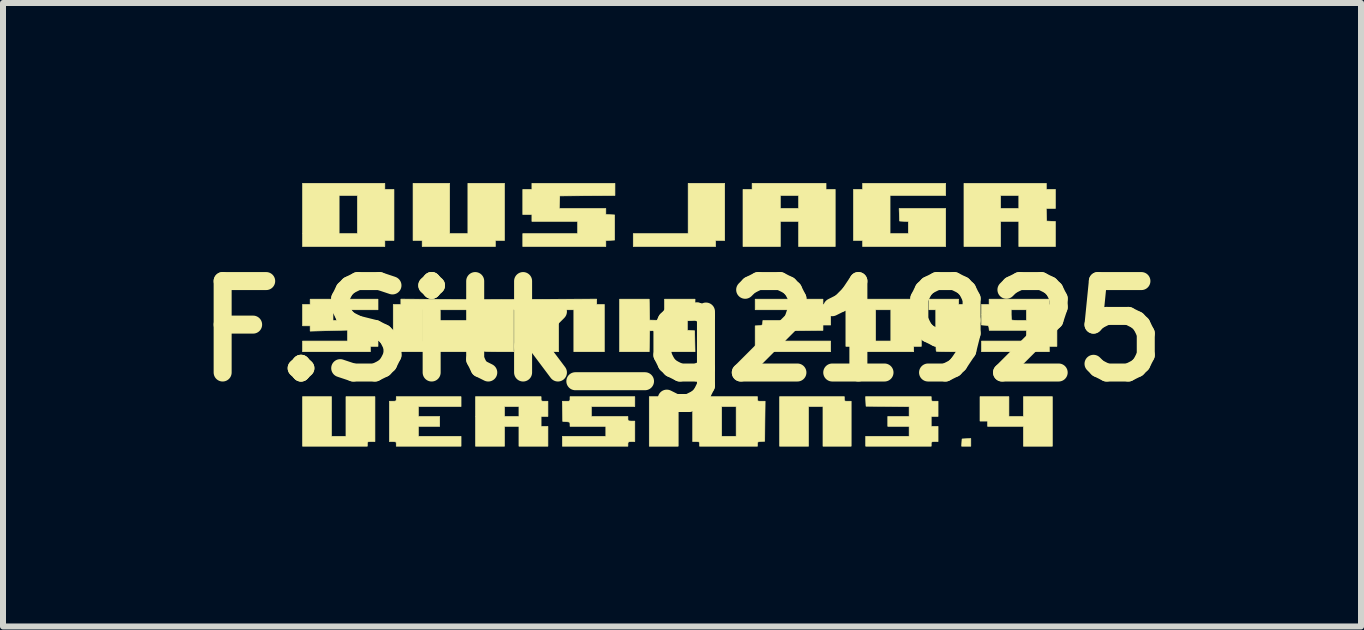
<source format=kicad_pcb>
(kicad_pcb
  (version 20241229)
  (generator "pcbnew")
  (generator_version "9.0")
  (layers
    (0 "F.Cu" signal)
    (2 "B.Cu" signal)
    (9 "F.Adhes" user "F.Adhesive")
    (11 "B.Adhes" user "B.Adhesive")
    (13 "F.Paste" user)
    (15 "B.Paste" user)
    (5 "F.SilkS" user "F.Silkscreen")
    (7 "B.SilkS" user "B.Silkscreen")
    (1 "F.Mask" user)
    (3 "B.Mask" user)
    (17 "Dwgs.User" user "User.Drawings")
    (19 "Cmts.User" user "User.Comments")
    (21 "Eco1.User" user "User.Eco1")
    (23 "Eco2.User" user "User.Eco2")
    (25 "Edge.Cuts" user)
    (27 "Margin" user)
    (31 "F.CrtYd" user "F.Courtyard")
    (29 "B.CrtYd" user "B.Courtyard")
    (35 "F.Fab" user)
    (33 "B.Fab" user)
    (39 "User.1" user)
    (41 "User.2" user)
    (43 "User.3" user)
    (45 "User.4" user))
  (footprint "F.Silk_g21925"
    (layer "F.Cu")
    (at 8.317 2.469)
    (property "Reference" "F.Silk_g21925" (at 0 0 0) (layer "F.SilkS") (effects (font (size 1.524 1.524) (thickness 0.3))))
    (attr through_hole)
    (fp_poly (pts (xy -0.064 1.918) (xy -0.546 1.918) (xy -0.546 1.092) (xy -0.064 1.092) (xy -0.064 1.918)) (stroke (width 0.01) (type solid)) (fill yes) (layer "F.SilkS"))
    (fp_poly (pts (xy 4.813 1.918) (xy 4.66 1.918) (xy 4.667 1.797) (xy 4.813 1.789) (xy 4.813 1.918)) (stroke (width 0.01) (type solid)) (fill yes) (layer "F.SilkS"))
    (fp_poly (pts (xy 0.711 -1.511) (xy 0.559 -1.511) (xy 0.559 -1.41) (xy -0.813 -1.41) (xy -0.813 -1.626) (xy 0.102 -1.626) (xy 0.102 -2.464) (xy 0.711 -2.464) (xy 0.711 -1.511)) (stroke (width 0.01) (type solid)) (fill yes) (layer "F.SilkS"))
    (fp_poly (pts (xy -3.873 -1.626) (xy -3.569 -1.626) (xy -3.569 -2.464) (xy -2.959 -2.464) (xy -2.959 -1.511) (xy -3.111 -1.511) (xy -3.111 -1.41) (xy -4.331 -1.41) (xy -4.331 -1.511) (xy -4.483 -1.511) (xy -4.483 -2.464) (xy -3.873 -2.464) (xy -3.873 -1.626)) (stroke (width 0.01) (type solid)) (fill yes) (layer "F.SilkS"))
    (fp_poly (pts (xy 5.448 1.422) (xy 5.69 1.422) (xy 5.69 1.092) (xy 6.172 1.092) (xy 6.172 1.918) (xy 5.69 1.918) (xy 5.69 1.587) (xy 5.093 1.587) (xy 5.093 1.499) (xy 4.966 1.499) (xy 4.966 1.092) (xy 5.448 1.092) (xy 5.448 1.422)) (stroke (width 0.01) (type solid)) (fill yes) (layer "F.SilkS"))
    (fp_poly (pts (xy -5.842 1.753) (xy -5.601 1.753) (xy -5.601 1.092) (xy -5.118 1.092) (xy -5.118 1.841) (xy -5.182 1.841) (xy -5.219 1.842) (xy -5.238 1.847) (xy -5.244 1.861) (xy -5.245 1.88) (xy -5.245 1.918) (xy -6.325 1.918) (xy -6.325 1.092) (xy -5.842 1.092) (xy -5.842 1.753)) (stroke (width 0.01) (type solid)) (fill yes) (layer "F.SilkS"))
    (fp_poly (pts (xy 2.705 1.13) (xy 2.707 1.154) (xy 2.716 1.165) (xy 2.741 1.168) (xy 2.762 1.168) (xy 2.819 1.168) (xy 2.819 1.918) (xy 2.349 1.918) (xy 2.349 1.257) (xy 2.108 1.257) (xy 2.108 1.918) (xy 1.626 1.918) (xy 1.626 1.092) (xy 2.705 1.092) (xy 2.705 1.13)) (stroke (width 0.01) (type solid)) (fill yes) (layer "F.SilkS"))
    (fp_poly (pts (xy -4.953 -2.362) (xy -4.801 -2.362) (xy -4.801 -1.511) (xy -4.953 -1.511) (xy -4.953 -1.41) (xy -6.325 -1.41) (xy -6.325 -2.261) (xy -5.715 -2.261) (xy -5.715 -1.626) (xy -5.41 -1.626) (xy -5.41 -2.261) (xy -5.715 -2.261) (xy -6.325 -2.261) (xy -6.325 -2.464) (xy -4.953 -2.464) (xy -4.953 -2.362)) (stroke (width 0.01) (type solid)) (fill yes) (layer "F.SilkS"))
    (fp_poly (pts (xy -4.124 -0.53) (xy -3.562 -0.527) (xy -3.555 -0.356) (xy -4.318 -0.356) (xy -4.318 0.165) (xy -4.064 0.165) (xy -4.064 -0.013) (xy -4.191 -0.013) (xy -4.191 -0.178) (xy -3.556 -0.178) (xy -3.556 0.343) (xy -4.686 0.343) (xy -4.686 0.254) (xy -4.813 0.254) (xy -4.813 -0.445) (xy -4.686 -0.445) (xy -4.686 -0.534) (xy -4.124 -0.53)) (stroke (width 0.01) (type solid)) (fill yes) (layer "F.SilkS"))
    (fp_poly (pts (xy 4.394 -2.261) (xy 3.467 -2.261) (xy 3.467 -1.626) (xy 3.772 -1.626) (xy 3.772 -1.828) (xy 3.699 -1.831) (xy 3.626 -1.835) (xy 3.618 -2.045) (xy 4.394 -2.045) (xy 4.394 -1.41) (xy 3.01 -1.41) (xy 3.01 -1.511) (xy 2.857 -1.511) (xy 2.857 -2.362) (xy 3.01 -2.362) (xy 3.01 -2.464) (xy 4.394 -2.464) (xy 4.394 -2.261)) (stroke (width 0.01) (type solid)) (fill yes) (layer "F.SilkS"))
    (fp_poly (pts (xy 2.4 -2.362) (xy 2.553 -2.362) (xy 2.553 -1.41) (xy 1.943 -1.41) (xy 1.943 -1.829) (xy 1.638 -1.829) (xy 1.638 -1.41) (xy 1.016 -1.41) (xy 1.016 -2.261) (xy 1.638 -2.261) (xy 1.638 -2.045) (xy 1.943 -2.045) (xy 1.943 -2.261) (xy 1.638 -2.261) (xy 1.016 -2.261) (xy 1.016 -2.362) (xy 1.168 -2.362) (xy 1.168 -2.464) (xy 2.4 -2.464) (xy 2.4 -2.362)) (stroke (width 0.01) (type solid)) (fill yes) (layer "F.SilkS"))
    (fp_poly (pts (xy 3.861 -0.445) (xy 3.988 -0.445) (xy 3.988 0.254) (xy 3.861 0.254) (xy 3.861 0.343) (xy 2.857 0.343) (xy 2.857 0.254) (xy 2.731 0.254) (xy 2.731 -0.356) (xy 3.226 -0.356) (xy 3.226 0.165) (xy 3.48 0.165) (xy 3.48 -0.356) (xy 3.226 -0.356) (xy 2.731 -0.356) (xy 2.731 -0.445) (xy 2.857 -0.445) (xy 2.857 -0.533) (xy 3.861 -0.533) (xy 3.861 -0.445)) (stroke (width 0.01) (type solid)) (fill yes) (layer "F.SilkS"))
    (fp_poly (pts (xy -0.543 -0.359) (xy -0.54 -0.184) (xy -0.416 -0.181) (xy -0.292 -0.177) (xy -0.292 -0.533) (xy 0.217 -0.533) (xy 0.21 -0.184) (xy 0.149 -0.18) (xy 0.089 -0.176) (xy 0.089 -0.014) (xy 0.21 -0.006) (xy 0.217 0.343) (xy -0.292 0.343) (xy -0.292 -0.014) (xy -0.54 -0.006) (xy -0.543 0.168) (xy -0.547 0.343) (xy -1.041 0.343) (xy -1.041 -0.533) (xy -0.547 -0.533) (xy -0.543 -0.359)) (stroke (width 0.01) (type solid)) (fill yes) (layer "F.SilkS"))
    (fp_poly (pts (xy 4.61 -0.445) (xy 4.737 -0.445) (xy 4.737 0.343) (xy 4.492 0.343) (xy 4.415 0.342) (xy 4.347 0.341) (xy 4.293 0.34) (xy 4.255 0.337) (xy 4.238 0.335) (xy 4.238 0.334) (xy 4.235 0.32) (xy 4.233 0.284) (xy 4.232 0.228) (xy 4.23 0.158) (xy 4.229 0.076) (xy 4.229 -0.015) (xy 4.229 -0.356) (xy 4.115 -0.356) (xy 4.115 -0.533) (xy 4.61 -0.533) (xy 4.61 -0.445)) (stroke (width 0.01) (type solid)) (fill yes) (layer "F.SilkS"))
    (fp_poly (pts (xy -5.067 -0.356) (xy -5.817 -0.356) (xy -5.817 -0.178) (xy -5.194 -0.178) (xy -5.194 -0.089) (xy -5.067 -0.089) (xy -5.067 0.254) (xy -5.194 0.254) (xy -5.194 0.343) (xy -6.325 0.343) (xy -6.325 0.165) (xy -5.575 0.165) (xy -5.575 -0.017) (xy -5.886 -0.009) (xy -6.198 -0.000279) (xy -6.198 -0.089) (xy -6.325 -0.089) (xy -6.325 -0.445) (xy -6.198 -0.445) (xy -6.198 -0.533) (xy -5.067 -0.533) (xy -5.067 -0.356)) (stroke (width 0.01) (type solid)) (fill yes) (layer "F.SilkS"))
    (fp_poly (pts (xy -1.118 -2.261) (xy -1.578 -2.258) (xy -2.038 -2.254) (xy -2.046 -2.045) (xy -1.27 -2.045) (xy -1.27 -1.944) (xy -1.124 -1.937) (xy -1.124 -1.518) (xy -1.197 -1.514) (xy -1.27 -1.51) (xy -1.27 -1.41) (xy -2.654 -1.41) (xy -2.654 -1.626) (xy -1.74 -1.626) (xy -1.74 -1.829) (xy -2.502 -1.829) (xy -2.502 -1.943) (xy -2.654 -1.943) (xy -2.654 -2.362) (xy -2.502 -2.362) (xy -2.502 -2.464) (xy -1.118 -2.464) (xy -1.118 -2.261)) (stroke (width 0.01) (type solid)) (fill yes) (layer "F.SilkS"))
    (fp_poly (pts (xy 6.071 -2.362) (xy 6.223 -2.362) (xy 6.223 -2.045) (xy 6.07 -2.045) (xy 6.077 -1.835) (xy 6.15 -1.831) (xy 6.223 -1.828) (xy 6.223 -1.41) (xy 5.613 -1.41) (xy 5.613 -1.829) (xy 5.309 -1.829) (xy 5.309 -1.41) (xy 4.699 -1.41) (xy 4.699 -2.261) (xy 5.309 -2.261) (xy 5.309 -2.045) (xy 5.613 -2.045) (xy 5.613 -2.261) (xy 5.309 -2.261) (xy 4.699 -2.261) (xy 4.699 -2.464) (xy 6.071 -2.464) (xy 6.071 -2.362)) (stroke (width 0.01) (type solid)) (fill yes) (layer "F.SilkS"))
    (fp_poly (pts (xy 2.349 -0.445) (xy 2.477 -0.445) (xy 2.477 -0.102) (xy 2.349 -0.102) (xy 2.349 -0.013) (xy 1.721 -0.006) (xy 1.717 0.079) (xy 1.713 0.165) (xy 2.477 0.165) (xy 2.477 0.343) (xy 1.219 0.343) (xy 1.219 -0.088) (xy 1.28 -0.091) (xy 1.316 -0.095) (xy 1.334 -0.103) (xy 1.342 -0.119) (xy 1.344 -0.137) (xy 1.348 -0.178) (xy 1.968 -0.178) (xy 1.968 -0.356) (xy 1.219 -0.356) (xy 1.219 -0.533) (xy 2.349 -0.533) (xy 2.349 -0.445)) (stroke (width 0.01) (type solid)) (fill yes) (layer "F.SilkS"))
    (fp_poly (pts (xy -3.683 1.257) (xy -4.394 1.257) (xy -4.394 1.422) (xy -4.039 1.422) (xy -4.039 1.587) (xy -4.394 1.587) (xy -4.394 1.753) (xy -3.683 1.753) (xy -3.683 1.918) (xy -4.763 1.918) (xy -4.763 1.88) (xy -4.764 1.856) (xy -4.774 1.845) (xy -4.798 1.842) (xy -4.82 1.841) (xy -4.877 1.841) (xy -4.877 1.168) (xy -4.82 1.168) (xy -4.785 1.167) (xy -4.768 1.161) (xy -4.763 1.145) (xy -4.763 1.13) (xy -4.763 1.092) (xy -3.683 1.092) (xy -3.683 1.257)) (stroke (width 0.01) (type solid)) (fill yes) (layer "F.SilkS"))
    (fp_poly (pts (xy -2.349 1.13) (xy -2.348 1.154) (xy -2.338 1.165) (xy -2.314 1.168) (xy -2.292 1.168) (xy -2.235 1.168) (xy -2.235 1.422) (xy -2.349 1.422) (xy -2.349 1.587) (xy -2.235 1.587) (xy -2.235 1.918) (xy -2.718 1.918) (xy -2.718 1.587) (xy -2.959 1.587) (xy -2.959 1.918) (xy -3.442 1.918) (xy -3.442 1.257) (xy -2.959 1.257) (xy -2.959 1.422) (xy -2.718 1.422) (xy -2.718 1.257) (xy -2.959 1.257) (xy -3.442 1.257) (xy -3.442 1.092) (xy -2.349 1.092) (xy -2.349 1.13)) (stroke (width 0.01) (type solid)) (fill yes) (layer "F.SilkS"))
    (fp_poly (pts (xy -1.422 -0.445) (xy -1.295 -0.445) (xy -1.295 0.343) (xy -1.803 0.343) (xy -1.803 -0.356) (xy -2.057 -0.356) (xy -2.057 0.343) (xy -2.553 0.343) (xy -2.553 -0.356) (xy -2.807 -0.356) (xy -2.807 0.343) (xy -3.055 0.343) (xy -3.146 0.342) (xy -3.214 0.341) (xy -3.262 0.339) (xy -3.292 0.335) (xy -3.307 0.33) (xy -3.309 0.327) (xy -3.31 0.311) (xy -3.311 0.272) (xy -3.312 0.215) (xy -3.312 0.141) (xy -3.313 0.054) (xy -3.312 -0.042) (xy -3.312 -0.108) (xy -3.308 -0.527) (xy -2.365 -0.53) (xy -1.422 -0.534) (xy -1.422 -0.445)) (stroke (width 0.01) (type solid)) (fill yes) (layer "F.SilkS"))
    (fp_poly (pts (xy 4.153 1.13) (xy 4.155 1.154) (xy 4.164 1.165) (xy 4.188 1.168) (xy 4.21 1.168) (xy 4.267 1.168) (xy 4.267 1.422) (xy 4.153 1.422) (xy 4.153 1.587) (xy 4.267 1.587) (xy 4.267 1.841) (xy 4.21 1.841) (xy 4.175 1.843) (xy 4.158 1.849) (xy 4.153 1.865) (xy 4.153 1.88) (xy 4.153 1.918) (xy 3.061 1.918) (xy 3.061 1.753) (xy 3.785 1.753) (xy 3.785 1.587) (xy 3.429 1.587) (xy 3.429 1.422) (xy 3.785 1.422) (xy 3.785 1.258) (xy 3.426 1.254) (xy 3.067 1.251) (xy 3.063 1.172) (xy 3.059 1.092) (xy 4.153 1.092) (xy 4.153 1.13)) (stroke (width 0.01) (type solid)) (fill yes) (layer "F.SilkS"))
    (fp_poly (pts (xy 6.121 -0.445) (xy 6.248 -0.445) (xy 6.248 0.254) (xy 6.121 0.254) (xy 6.121 0.343) (xy 4.991 0.343) (xy 4.991 0.165) (xy 5.74 0.165) (xy 5.74 -0.013) (xy 5.12 -0.013) (xy 5.116 -0.054) (xy 5.112 -0.079) (xy 5.101 -0.092) (xy 5.076 -0.097) (xy 5.051 -0.099) (xy 4.991 -0.103) (xy 4.991 -0.356) (xy 5.486 -0.356) (xy 5.486 -0.275) (xy 5.488 -0.232) (xy 5.491 -0.2) (xy 5.495 -0.186) (xy 5.511 -0.183) (xy 5.545 -0.18) (xy 5.594 -0.178) (xy 5.622 -0.178) (xy 5.74 -0.178) (xy 5.74 -0.356) (xy 5.486 -0.356) (xy 4.991 -0.356) (xy 4.991 -0.445) (xy 5.118 -0.445) (xy 5.118 -0.533) (xy 6.121 -0.533) (xy 6.121 -0.445)) (stroke (width 0.01) (type solid)) (fill yes) (layer "F.SilkS"))
    (fp_poly (pts (xy -0.787 1.257) (xy -1.511 1.257) (xy -1.511 1.422) (xy -0.902 1.422) (xy -0.902 1.46) (xy -0.9 1.484) (xy -0.89 1.495) (xy -0.866 1.498) (xy -0.845 1.499) (xy -0.787 1.499) (xy -0.787 1.841) (xy -0.845 1.841) (xy -0.88 1.843) (xy -0.896 1.849) (xy -0.901 1.865) (xy -0.902 1.88) (xy -0.902 1.918) (xy -1.994 1.918) (xy -1.994 1.753) (xy -1.27 1.753) (xy -1.27 1.587) (xy -1.867 1.587) (xy -1.867 1.55) (xy -1.869 1.527) (xy -1.879 1.516) (xy -1.903 1.511) (xy -1.927 1.509) (xy -1.988 1.505) (xy -1.995 1.168) (xy -1.931 1.168) (xy -1.893 1.168) (xy -1.874 1.163) (xy -1.868 1.149) (xy -1.867 1.13) (xy -1.867 1.092) (xy -0.787 1.092) (xy -0.787 1.257)) (stroke (width 0.01) (type solid)) (fill yes) (layer "F.SilkS"))
    (fp_poly (pts (xy 1.257 1.13) (xy 1.259 1.153) (xy 1.267 1.164) (xy 1.289 1.168) (xy 1.321 1.168) (xy 1.385 1.168) (xy 1.381 1.502) (xy 1.378 1.835) (xy 1.318 1.839) (xy 1.281 1.842) (xy 1.263 1.85) (xy 1.258 1.865) (xy 1.257 1.88) (xy 1.257 1.918) (xy 0.292 1.918) (xy 0.292 1.88) (xy 0.29 1.856) (xy 0.281 1.845) (xy 0.257 1.842) (xy 0.235 1.841) (xy 0.178 1.841) (xy 0.178 1.257) (xy 0.66 1.257) (xy 0.66 1.753) (xy 0.902 1.753) (xy 0.902 1.257) (xy 0.66 1.257) (xy 0.178 1.257) (xy 0.178 1.168) (xy 0.235 1.168) (xy 0.27 1.167) (xy 0.287 1.161) (xy 0.292 1.145) (xy 0.292 1.13) (xy 0.292 1.092) (xy 1.257 1.092) (xy 1.257 1.13)) (stroke (width 0.01) (type solid)) (fill yes) (layer "F.SilkS")))
  (gr_rect
    (start -3 -3)
    (end 19.633 7.391)
    (stroke (width 0.1) (type default))
    (fill no)
    (layer "Edge.Cuts")))
</source>
